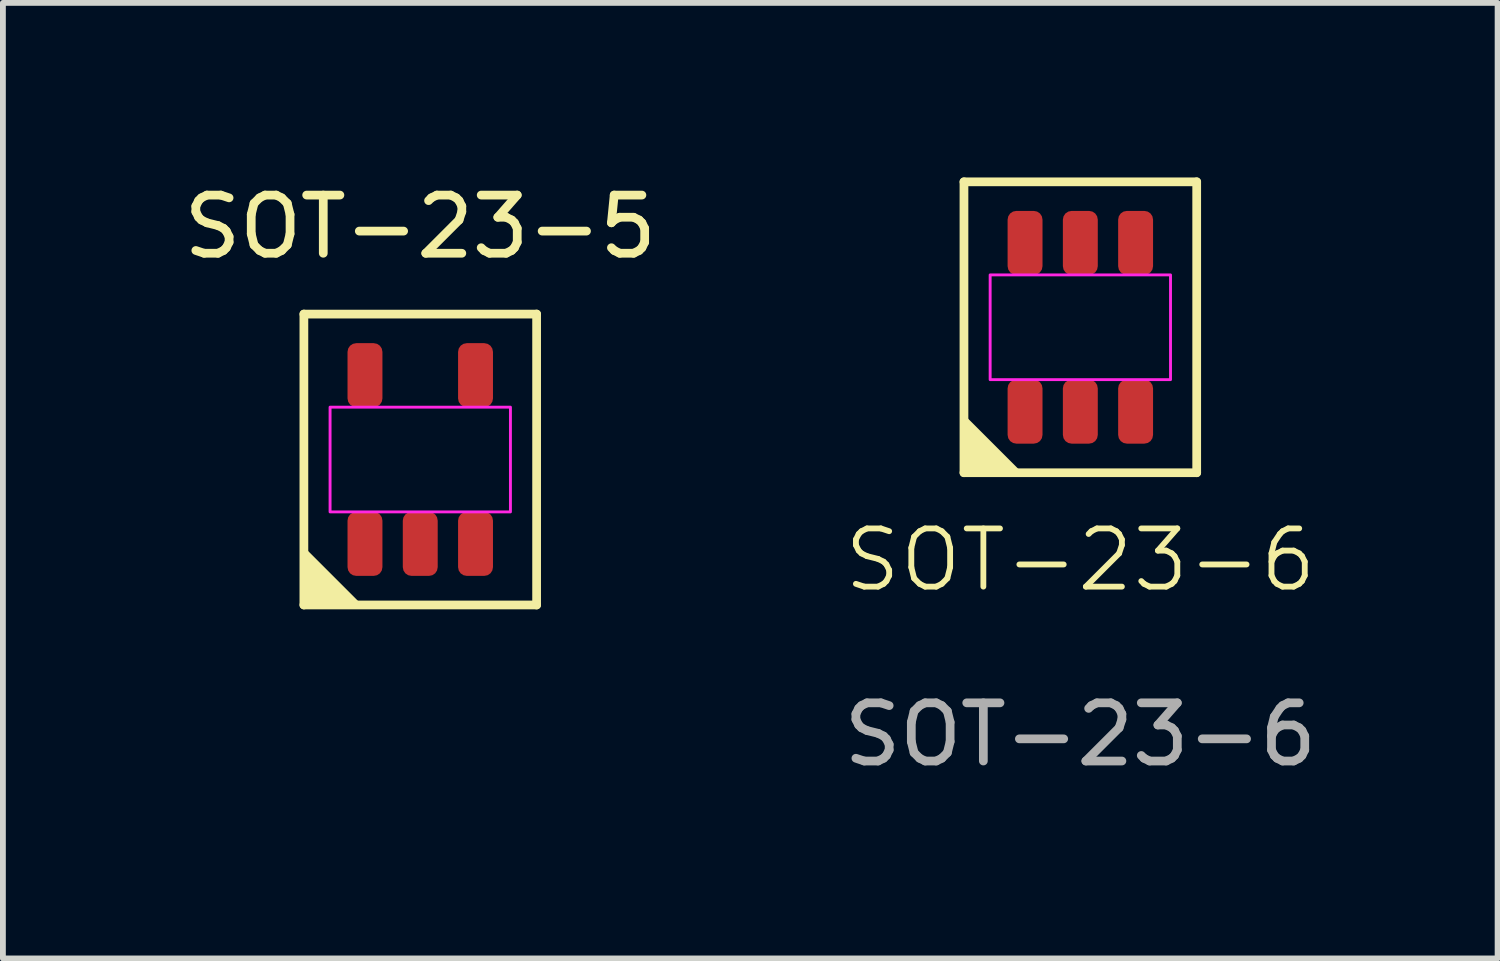
<source format=kicad_pcb>
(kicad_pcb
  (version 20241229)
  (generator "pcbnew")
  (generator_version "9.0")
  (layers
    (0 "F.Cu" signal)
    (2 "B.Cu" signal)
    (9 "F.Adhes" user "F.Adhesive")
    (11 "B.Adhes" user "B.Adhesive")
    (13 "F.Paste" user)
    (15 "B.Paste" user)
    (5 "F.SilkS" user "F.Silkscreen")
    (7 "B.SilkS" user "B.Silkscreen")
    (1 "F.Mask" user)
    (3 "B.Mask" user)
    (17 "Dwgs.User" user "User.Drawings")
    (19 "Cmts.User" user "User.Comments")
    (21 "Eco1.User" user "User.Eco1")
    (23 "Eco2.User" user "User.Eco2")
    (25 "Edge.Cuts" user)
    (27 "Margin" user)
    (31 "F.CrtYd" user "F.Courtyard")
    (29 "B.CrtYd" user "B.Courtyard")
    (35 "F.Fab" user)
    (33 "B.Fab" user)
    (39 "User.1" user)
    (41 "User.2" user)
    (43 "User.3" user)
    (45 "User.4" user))
  (footprint "SOT-23-5"
    (layer "F.Cu")
    (at 4.173 4.848)
    (property "Reference" "SOT-23-5" (at 0 -4 0) (layer "F.SilkS") (effects (font (size 1 1) (thickness 0.15))))
    (fp_line (start -2 -2.5) (end -2 2.5) (stroke (width 0.15) (type solid)) (layer "F.SilkS"))
    (fp_line (start 2 -2.5) (end -2 -2.5) (stroke (width 0.15) (type solid)) (layer "F.SilkS"))
    (fp_line (start 2 -2.5) (end 2 2.5) (stroke (width 0.15) (type solid)) (layer "F.SilkS"))
    (fp_line (start 2 2.5) (end -2 2.5) (stroke (width 0.15) (type solid)) (layer "F.SilkS"))
    (fp_poly (pts (xy -2 2.5) (xy -1 2.5) (xy -2 1.5)) (stroke (width 0) (type default)) (fill yes) (layer "F.SilkS"))
    (fp_rect (start -1.55 -0.9) (end 1.55 0.9) (stroke (width 0.05) (type default)) (fill no) (layer "F.CrtYd"))
    (pad "1" smd roundrect (at -0.95 1.45 180) (size 0.6 1.1) (layers "F.Cu" "F.Mask" "F.Paste") (roundrect_rratio 0.25))
    (pad "2" smd roundrect (at 0 1.45 180) (size 0.6 1.1) (layers "F.Cu" "F.Mask" "F.Paste") (roundrect_rratio 0.25))
    (pad "3" smd roundrect (at 0.95 1.45 180) (size 0.6 1.1) (layers "F.Cu" "F.Mask" "F.Paste") (roundrect_rratio 0.25))
    (pad "4" smd roundrect (at 0.95 -1.45 180) (size 0.6 1.1) (layers "F.Cu" "F.Mask" "F.Paste") (roundrect_rratio 0.25))
    (pad "5" smd roundrect (at -0.95 -1.45 180) (size 0.6 1.1) (layers "F.Cu" "F.Mask" "F.Paste") (roundrect_rratio 0.25)))
  (footprint "SOT-23-6"
    (layer "F.Cu")
    (at 15.518 2.575)
    (property "Reference" "SOT-23-6" (at 0 4 0) (unlocked yes) (layer "F.SilkS") (effects (font (size 1 1) (thickness 0.1))))
    (fp_line (start -2 -2.5) (end -2 2.5) (stroke (width 0.15) (type solid)) (layer "F.SilkS"))
    (fp_line (start 2 -2.5) (end -2 -2.5) (stroke (width 0.15) (type solid)) (layer "F.SilkS"))
    (fp_line (start 2 -2.5) (end 2 2.5) (stroke (width 0.15) (type solid)) (layer "F.SilkS"))
    (fp_line (start 2 2.5) (end -2 2.5) (stroke (width 0.15) (type solid)) (layer "F.SilkS"))
    (fp_poly (pts (xy -2 2.5) (xy -1 2.5) (xy -2 1.5)) (stroke (width 0) (type default)) (fill yes) (layer "F.SilkS"))
    (fp_rect (start -1.55 -0.9) (end 1.55 0.9) (stroke (width 0.05) (type default)) (fill no) (layer "F.CrtYd"))
    (fp_text user "${REFERENCE}" (at 0 7 0) (unlocked yes) (layer "F.Fab") (effects (font (size 1 1) (thickness 0.15))))
    (pad "1" smd roundrect (at -0.95 1.45 180) (size 0.6 1.1) (layers "F.Cu" "F.Mask" "F.Paste") (roundrect_rratio 0.25))
    (pad "2" smd roundrect (at 0 1.45 180) (size 0.6 1.1) (layers "F.Cu" "F.Mask" "F.Paste") (roundrect_rratio 0.25))
    (pad "3" smd roundrect (at 0.95 1.45 180) (size 0.6 1.1) (layers "F.Cu" "F.Mask" "F.Paste") (roundrect_rratio 0.25))
    (pad "4" smd roundrect (at 0.95 -1.45 180) (size 0.6 1.1) (layers "F.Cu" "F.Mask" "F.Paste") (roundrect_rratio 0.25))
    (pad "5" smd roundrect (at 0 -1.45 180) (size 0.6 1.1) (layers "F.Cu" "F.Mask" "F.Paste") (roundrect_rratio 0.25))
    (pad "6" smd roundrect (at -0.95 -1.45 180) (size 0.6 1.1) (layers "F.Cu" "F.Mask" "F.Paste") (roundrect_rratio 0.25)))
  (gr_rect
    (start -3 -3)
    (end 22.69 13.423)
    (stroke (width 0.1) (type default))
    (fill no)
    (layer "Edge.Cuts")))
</source>
